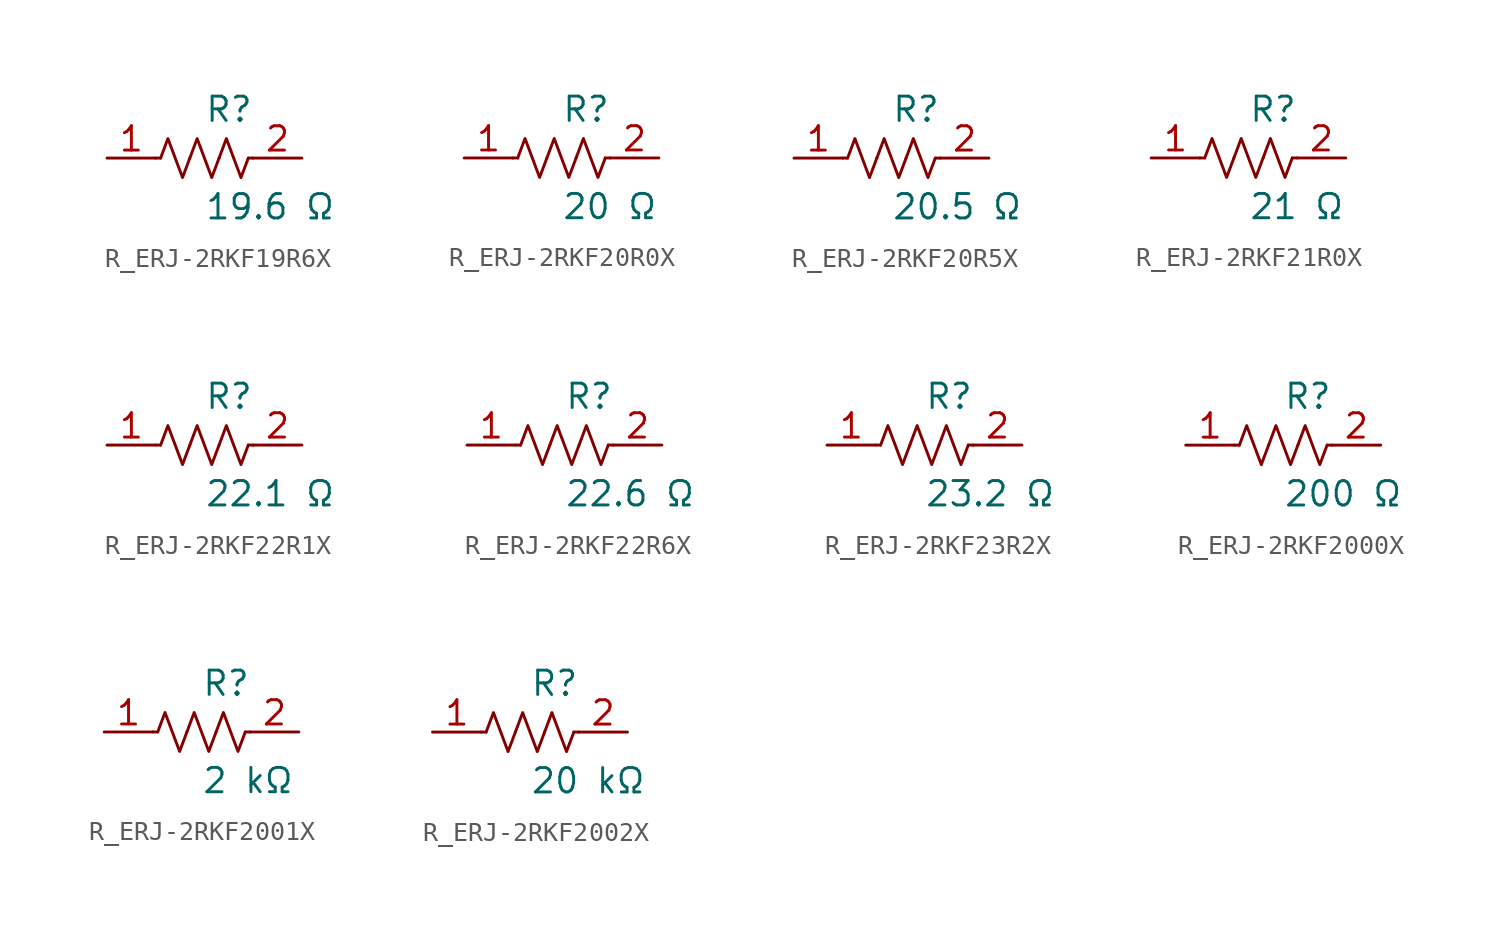
<source format=kicad_sym>
(kicad_symbol_lib
  (version 20231120)
  (generator kicad_symbol_editor)
  (generator_version 8.0)
  (symbol "R_ERJ-2RKF19R6X"
    (pin_names
      (offset 0.254))
    (property "Reference" "R"
      (at 0.0 2.54 0)
      (effects (font (size 1.27 1.27)) (justify left)))
    (property "Value" "19.6 Ω"
      (at 0.0 -2.54 0)
      (effects (font (size 1.27 1.27)) (justify left)))
    (symbol "R_ERJ-2RKF19R6X_0_1"
      (polyline (pts (xy 2.286 0) (xy 2.54 0)) (stroke (width 0) (type default)) (fill (type none)))
      (polyline (pts (xy -2.286 0) (xy -2.54 0)) (stroke (width 0) (type default)) (fill (type none)))
      (polyline (pts (xy 0.762 0) (xy 1.143 1.016) (xy 1.524 0) (xy 1.905 -1.016) (xy 2.286 0)) (stroke (width 0) (type default)) (fill (type none)))
      (polyline (pts (xy -0.762 0) (xy -0.381 1.016) (xy 0 0) (xy 0.381 -1.016) (xy 0.762 0)) (stroke (width 0) (type default)) (fill (type none)))
      (polyline (pts (xy -2.286 0) (xy -1.905 1.016) (xy -1.524 0) (xy -1.143 -1.016) (xy -0.762 0)) (stroke (width 0) (type default)) (fill (type none))))
    (pin unspecified line
      (at -5.08 0 0)
      (length 2.54)
      (name "" (effects (font (size 1.27 1.27))))
      (number "1" (effects (font (size 1.27 1.27)))))
    (pin unspecified line
      (at 5.08 0 180)
      (length 2.54)
      (name "" (effects (font (size 1.27 1.27))))
      (number "2" (effects (font (size 1.27 1.27))))))
  (symbol "R_ERJ-2RKF20R0X"
    (pin_names
      (offset 0.254))
    (property "Reference" "R"
      (at 0.0 2.54 0)
      (effects (font (size 1.27 1.27)) (justify left)))
    (property "Value" "20 Ω"
      (at 0.0 -2.54 0)
      (effects (font (size 1.27 1.27)) (justify left)))
    (symbol "R_ERJ-2RKF20R0X_0_1"
      (polyline (pts (xy 2.286 0) (xy 2.54 0)) (stroke (width 0) (type default)) (fill (type none)))
      (polyline (pts (xy -2.286 0) (xy -2.54 0)) (stroke (width 0) (type default)) (fill (type none)))
      (polyline (pts (xy 0.762 0) (xy 1.143 1.016) (xy 1.524 0) (xy 1.905 -1.016) (xy 2.286 0)) (stroke (width 0) (type default)) (fill (type none)))
      (polyline (pts (xy -0.762 0) (xy -0.381 1.016) (xy 0 0) (xy 0.381 -1.016) (xy 0.762 0)) (stroke (width 0) (type default)) (fill (type none)))
      (polyline (pts (xy -2.286 0) (xy -1.905 1.016) (xy -1.524 0) (xy -1.143 -1.016) (xy -0.762 0)) (stroke (width 0) (type default)) (fill (type none))))
    (pin unspecified line
      (at -5.08 0 0)
      (length 2.54)
      (name "" (effects (font (size 1.27 1.27))))
      (number "1" (effects (font (size 1.27 1.27)))))
    (pin unspecified line
      (at 5.08 0 180)
      (length 2.54)
      (name "" (effects (font (size 1.27 1.27))))
      (number "2" (effects (font (size 1.27 1.27))))))
  (symbol "R_ERJ-2RKF20R5X"
    (pin_names
      (offset 0.254))
    (property "Reference" "R"
      (at 0.0 2.54 0)
      (effects (font (size 1.27 1.27)) (justify left)))
    (property "Value" "20.5 Ω"
      (at 0.0 -2.54 0)
      (effects (font (size 1.27 1.27)) (justify left)))
    (symbol "R_ERJ-2RKF20R5X_0_1"
      (polyline (pts (xy 2.286 0) (xy 2.54 0)) (stroke (width 0) (type default)) (fill (type none)))
      (polyline (pts (xy -2.286 0) (xy -2.54 0)) (stroke (width 0) (type default)) (fill (type none)))
      (polyline (pts (xy 0.762 0) (xy 1.143 1.016) (xy 1.524 0) (xy 1.905 -1.016) (xy 2.286 0)) (stroke (width 0) (type default)) (fill (type none)))
      (polyline (pts (xy -0.762 0) (xy -0.381 1.016) (xy 0 0) (xy 0.381 -1.016) (xy 0.762 0)) (stroke (width 0) (type default)) (fill (type none)))
      (polyline (pts (xy -2.286 0) (xy -1.905 1.016) (xy -1.524 0) (xy -1.143 -1.016) (xy -0.762 0)) (stroke (width 0) (type default)) (fill (type none))))
    (pin unspecified line
      (at -5.08 0 0)
      (length 2.54)
      (name "" (effects (font (size 1.27 1.27))))
      (number "1" (effects (font (size 1.27 1.27)))))
    (pin unspecified line
      (at 5.08 0 180)
      (length 2.54)
      (name "" (effects (font (size 1.27 1.27))))
      (number "2" (effects (font (size 1.27 1.27))))))
  (symbol "R_ERJ-2RKF21R0X"
    (pin_names
      (offset 0.254))
    (property "Reference" "R"
      (at 0.0 2.54 0)
      (effects (font (size 1.27 1.27)) (justify left)))
    (property "Value" "21 Ω"
      (at 0.0 -2.54 0)
      (effects (font (size 1.27 1.27)) (justify left)))
    (symbol "R_ERJ-2RKF21R0X_0_1"
      (polyline (pts (xy 2.286 0) (xy 2.54 0)) (stroke (width 0) (type default)) (fill (type none)))
      (polyline (pts (xy -2.286 0) (xy -2.54 0)) (stroke (width 0) (type default)) (fill (type none)))
      (polyline (pts (xy 0.762 0) (xy 1.143 1.016) (xy 1.524 0) (xy 1.905 -1.016) (xy 2.286 0)) (stroke (width 0) (type default)) (fill (type none)))
      (polyline (pts (xy -0.762 0) (xy -0.381 1.016) (xy 0 0) (xy 0.381 -1.016) (xy 0.762 0)) (stroke (width 0) (type default)) (fill (type none)))
      (polyline (pts (xy -2.286 0) (xy -1.905 1.016) (xy -1.524 0) (xy -1.143 -1.016) (xy -0.762 0)) (stroke (width 0) (type default)) (fill (type none))))
    (pin unspecified line
      (at -5.08 0 0)
      (length 2.54)
      (name "" (effects (font (size 1.27 1.27))))
      (number "1" (effects (font (size 1.27 1.27)))))
    (pin unspecified line
      (at 5.08 0 180)
      (length 2.54)
      (name "" (effects (font (size 1.27 1.27))))
      (number "2" (effects (font (size 1.27 1.27))))))
  (symbol "R_ERJ-2RKF22R1X"
    (pin_names
      (offset 0.254))
    (property "Reference" "R"
      (at 0.0 2.54 0)
      (effects (font (size 1.27 1.27)) (justify left)))
    (property "Value" "22.1 Ω"
      (at 0.0 -2.54 0)
      (effects (font (size 1.27 1.27)) (justify left)))
    (symbol "R_ERJ-2RKF22R1X_0_1"
      (polyline (pts (xy 2.286 0) (xy 2.54 0)) (stroke (width 0) (type default)) (fill (type none)))
      (polyline (pts (xy -2.286 0) (xy -2.54 0)) (stroke (width 0) (type default)) (fill (type none)))
      (polyline (pts (xy 0.762 0) (xy 1.143 1.016) (xy 1.524 0) (xy 1.905 -1.016) (xy 2.286 0)) (stroke (width 0) (type default)) (fill (type none)))
      (polyline (pts (xy -0.762 0) (xy -0.381 1.016) (xy 0 0) (xy 0.381 -1.016) (xy 0.762 0)) (stroke (width 0) (type default)) (fill (type none)))
      (polyline (pts (xy -2.286 0) (xy -1.905 1.016) (xy -1.524 0) (xy -1.143 -1.016) (xy -0.762 0)) (stroke (width 0) (type default)) (fill (type none))))
    (pin unspecified line
      (at -5.08 0 0)
      (length 2.54)
      (name "" (effects (font (size 1.27 1.27))))
      (number "1" (effects (font (size 1.27 1.27)))))
    (pin unspecified line
      (at 5.08 0 180)
      (length 2.54)
      (name "" (effects (font (size 1.27 1.27))))
      (number "2" (effects (font (size 1.27 1.27))))))
  (symbol "R_ERJ-2RKF22R6X"
    (pin_names
      (offset 0.254))
    (property "Reference" "R"
      (at 0.0 2.54 0)
      (effects (font (size 1.27 1.27)) (justify left)))
    (property "Value" "22.6 Ω"
      (at 0.0 -2.54 0)
      (effects (font (size 1.27 1.27)) (justify left)))
    (symbol "R_ERJ-2RKF22R6X_0_1"
      (polyline (pts (xy 2.286 0) (xy 2.54 0)) (stroke (width 0) (type default)) (fill (type none)))
      (polyline (pts (xy -2.286 0) (xy -2.54 0)) (stroke (width 0) (type default)) (fill (type none)))
      (polyline (pts (xy 0.762 0) (xy 1.143 1.016) (xy 1.524 0) (xy 1.905 -1.016) (xy 2.286 0)) (stroke (width 0) (type default)) (fill (type none)))
      (polyline (pts (xy -0.762 0) (xy -0.381 1.016) (xy 0 0) (xy 0.381 -1.016) (xy 0.762 0)) (stroke (width 0) (type default)) (fill (type none)))
      (polyline (pts (xy -2.286 0) (xy -1.905 1.016) (xy -1.524 0) (xy -1.143 -1.016) (xy -0.762 0)) (stroke (width 0) (type default)) (fill (type none))))
    (pin unspecified line
      (at -5.08 0 0)
      (length 2.54)
      (name "" (effects (font (size 1.27 1.27))))
      (number "1" (effects (font (size 1.27 1.27)))))
    (pin unspecified line
      (at 5.08 0 180)
      (length 2.54)
      (name "" (effects (font (size 1.27 1.27))))
      (number "2" (effects (font (size 1.27 1.27))))))
  (symbol "R_ERJ-2RKF23R2X"
    (pin_names
      (offset 0.254))
    (property "Reference" "R"
      (at 0.0 2.54 0)
      (effects (font (size 1.27 1.27)) (justify left)))
    (property "Value" "23.2 Ω"
      (at 0.0 -2.54 0)
      (effects (font (size 1.27 1.27)) (justify left)))
    (symbol "R_ERJ-2RKF23R2X_0_1"
      (polyline (pts (xy 2.286 0) (xy 2.54 0)) (stroke (width 0) (type default)) (fill (type none)))
      (polyline (pts (xy -2.286 0) (xy -2.54 0)) (stroke (width 0) (type default)) (fill (type none)))
      (polyline (pts (xy 0.762 0) (xy 1.143 1.016) (xy 1.524 0) (xy 1.905 -1.016) (xy 2.286 0)) (stroke (width 0) (type default)) (fill (type none)))
      (polyline (pts (xy -0.762 0) (xy -0.381 1.016) (xy 0 0) (xy 0.381 -1.016) (xy 0.762 0)) (stroke (width 0) (type default)) (fill (type none)))
      (polyline (pts (xy -2.286 0) (xy -1.905 1.016) (xy -1.524 0) (xy -1.143 -1.016) (xy -0.762 0)) (stroke (width 0) (type default)) (fill (type none))))
    (pin unspecified line
      (at -5.08 0 0)
      (length 2.54)
      (name "" (effects (font (size 1.27 1.27))))
      (number "1" (effects (font (size 1.27 1.27)))))
    (pin unspecified line
      (at 5.08 0 180)
      (length 2.54)
      (name "" (effects (font (size 1.27 1.27))))
      (number "2" (effects (font (size 1.27 1.27))))))
  (symbol "R_ERJ-2RKF2000X"
    (pin_names
      (offset 0.254))
    (property "Reference" "R"
      (at 0.0 2.54 0)
      (effects (font (size 1.27 1.27)) (justify left)))
    (property "Value" "200 Ω"
      (at 0.0 -2.54 0)
      (effects (font (size 1.27 1.27)) (justify left)))
    (symbol "R_ERJ-2RKF2000X_0_1"
      (polyline (pts (xy 2.286 0) (xy 2.54 0)) (stroke (width 0) (type default)) (fill (type none)))
      (polyline (pts (xy -2.286 0) (xy -2.54 0)) (stroke (width 0) (type default)) (fill (type none)))
      (polyline (pts (xy 0.762 0) (xy 1.143 1.016) (xy 1.524 0) (xy 1.905 -1.016) (xy 2.286 0)) (stroke (width 0) (type default)) (fill (type none)))
      (polyline (pts (xy -0.762 0) (xy -0.381 1.016) (xy 0 0) (xy 0.381 -1.016) (xy 0.762 0)) (stroke (width 0) (type default)) (fill (type none)))
      (polyline (pts (xy -2.286 0) (xy -1.905 1.016) (xy -1.524 0) (xy -1.143 -1.016) (xy -0.762 0)) (stroke (width 0) (type default)) (fill (type none))))
    (pin unspecified line
      (at -5.08 0 0)
      (length 2.54)
      (name "" (effects (font (size 1.27 1.27))))
      (number "1" (effects (font (size 1.27 1.27)))))
    (pin unspecified line
      (at 5.08 0 180)
      (length 2.54)
      (name "" (effects (font (size 1.27 1.27))))
      (number "2" (effects (font (size 1.27 1.27))))))
  (symbol "R_ERJ-2RKF2001X"
    (pin_names
      (offset 0.254))
    (property "Reference" "R"
      (at 0.0 2.54 0)
      (effects (font (size 1.27 1.27)) (justify left)))
    (property "Value" "2 kΩ"
      (at 0.0 -2.54 0)
      (effects (font (size 1.27 1.27)) (justify left)))
    (symbol "R_ERJ-2RKF2001X_0_1"
      (polyline (pts (xy 2.286 0) (xy 2.54 0)) (stroke (width 0) (type default)) (fill (type none)))
      (polyline (pts (xy -2.286 0) (xy -2.54 0)) (stroke (width 0) (type default)) (fill (type none)))
      (polyline (pts (xy 0.762 0) (xy 1.143 1.016) (xy 1.524 0) (xy 1.905 -1.016) (xy 2.286 0)) (stroke (width 0) (type default)) (fill (type none)))
      (polyline (pts (xy -0.762 0) (xy -0.381 1.016) (xy 0 0) (xy 0.381 -1.016) (xy 0.762 0)) (stroke (width 0) (type default)) (fill (type none)))
      (polyline (pts (xy -2.286 0) (xy -1.905 1.016) (xy -1.524 0) (xy -1.143 -1.016) (xy -0.762 0)) (stroke (width 0) (type default)) (fill (type none))))
    (pin unspecified line
      (at -5.08 0 0)
      (length 2.54)
      (name "" (effects (font (size 1.27 1.27))))
      (number "1" (effects (font (size 1.27 1.27)))))
    (pin unspecified line
      (at 5.08 0 180)
      (length 2.54)
      (name "" (effects (font (size 1.27 1.27))))
      (number "2" (effects (font (size 1.27 1.27))))))
  (symbol "R_ERJ-2RKF2002X"
    (pin_names
      (offset 0.254))
    (property "Reference" "R"
      (at 0.0 2.54 0)
      (effects (font (size 1.27 1.27)) (justify left)))
    (property "Value" "20 kΩ"
      (at 0.0 -2.54 0)
      (effects (font (size 1.27 1.27)) (justify left)))
    (symbol "R_ERJ-2RKF2002X_0_1"
      (polyline (pts (xy 2.286 0) (xy 2.54 0)) (stroke (width 0) (type default)) (fill (type none)))
      (polyline (pts (xy -2.286 0) (xy -2.54 0)) (stroke (width 0) (type default)) (fill (type none)))
      (polyline (pts (xy 0.762 0) (xy 1.143 1.016) (xy 1.524 0) (xy 1.905 -1.016) (xy 2.286 0)) (stroke (width 0) (type default)) (fill (type none)))
      (polyline (pts (xy -0.762 0) (xy -0.381 1.016) (xy 0 0) (xy 0.381 -1.016) (xy 0.762 0)) (stroke (width 0) (type default)) (fill (type none)))
      (polyline (pts (xy -2.286 0) (xy -1.905 1.016) (xy -1.524 0) (xy -1.143 -1.016) (xy -0.762 0)) (stroke (width 0) (type default)) (fill (type none))))
    (pin unspecified line
      (at -5.08 0 0)
      (length 2.54)
      (name "" (effects (font (size 1.27 1.27))))
      (number "1" (effects (font (size 1.27 1.27)))))
    (pin unspecified line
      (at 5.08 0 180)
      (length 2.54)
      (name "" (effects (font (size 1.27 1.27))))
      (number "2" (effects (font (size 1.27 1.27)))))))
</source>
